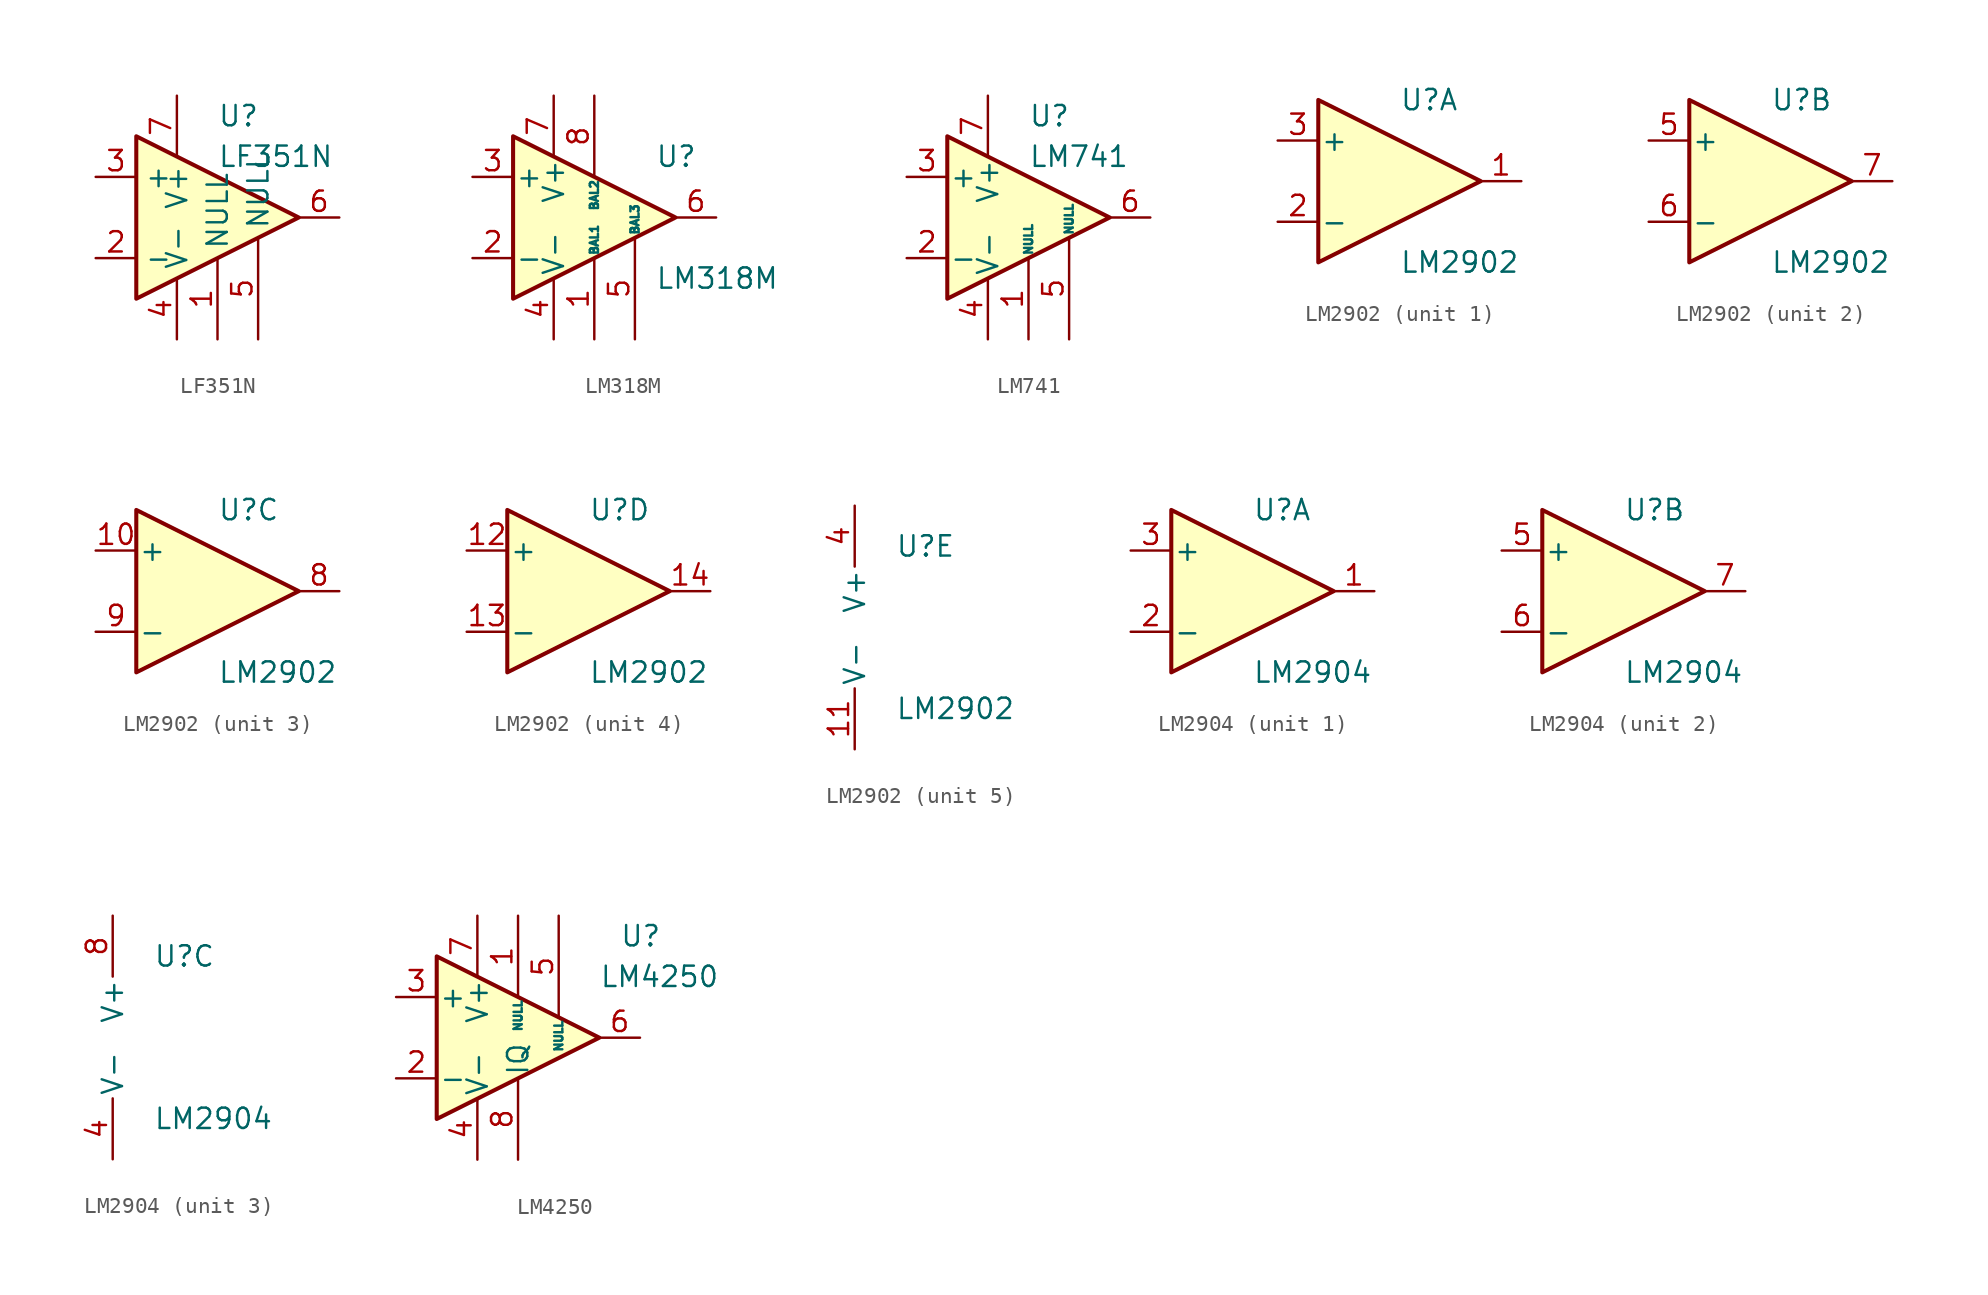
<source format=kicad_sym>
(kicad_symbol_lib
  (version 20200908)
  (generator kicad_symbol_editor)
  (symbol "Amplifier_Operational:LF351N"
    (property "Reference" "U"
      (at 0 6.35 0)
      (effects (font (size 1.27 1.27)) (justify left)))
    (property "Value" "LF351N"
      (at 0 3.81 0)
      (effects (font (size 1.27 1.27)) (justify left)))
    (symbol "LF351N_0_1"
      (polyline (pts (xy -5.08 5.08) (xy 5.08 0) (xy -5.08 -5.08) (xy -5.08 5.08)) (stroke (width 0.254)) (fill (type background))))
    (symbol "LF351N_1_1"
      (pin input line (at 0 -7.62 90) (length 5.08) (name "NULL" (effects (font (size 1.27 1.27)))) (number "1" (effects (font (size 1.27 1.27)))))
      (pin input line (at -7.62 -2.54 0) (length 2.54) (name "-" (effects (font (size 1.27 1.27)))) (number "2" (effects (font (size 1.27 1.27)))))
      (pin input line (at -7.62 2.54 0) (length 2.54) (name "+" (effects (font (size 1.27 1.27)))) (number "3" (effects (font (size 1.27 1.27)))))
      (pin power_in line (at -2.54 -7.62 90) (length 3.81) (name "V-" (effects (font (size 1.27 1.27)))) (number "4" (effects (font (size 1.27 1.27)))))
      (pin input line (at 2.54 -7.62 90) (length 6.35) (name "NULL" (effects (font (size 1.27 1.27)))) (number "5" (effects (font (size 1.27 1.27)))))
      (pin output line (at 7.62 0 180) (length 2.54) (name "~" (effects (font (size 1.27 1.27)))) (number "6" (effects (font (size 1.27 1.27)))))
      (pin power_in line (at -2.54 7.62 270) (length 3.81) (name "V+" (effects (font (size 1.27 1.27)))) (number "7" (effects (font (size 1.27 1.27)))))
      (pin unconnected line (at 0 2.54 270) (length 2.54) hide (name "NC" (effects (font (size 1.27 1.27)))) (number "8" (effects (font (size 1.27 1.27)))))))
  (symbol "Amplifier_Operational:LM318M"
    (pin_names
      (offset 0.127))
    (property "Reference" "U"
      (at 3.81 3.81 0)
      (effects (font (size 1.27 1.27)) (justify left)))
    (property "Value" "LM318M"
      (at 3.81 -3.81 0)
      (effects (font (size 1.27 1.27)) (justify left)))
    (symbol "LM318M_0_1"
      (polyline (pts (xy 5.08 0) (xy -5.08 5.08) (xy -5.08 -5.08) (xy 5.08 0)) (stroke (width 0.254)) (fill (type background))))
    (symbol "LM318M_1_1"
      (pin passive line (at 0 -7.62 90) (length 5.08) (name "BAL1" (effects (font (size 0.508 0.508)))) (number "1" (effects (font (size 1.27 1.27)))))
      (pin input line (at -7.62 -2.54 0) (length 2.54) (name "-" (effects (font (size 1.27 1.27)))) (number "2" (effects (font (size 1.27 1.27)))))
      (pin input line (at -7.62 2.54 0) (length 2.54) (name "+" (effects (font (size 1.27 1.27)))) (number "3" (effects (font (size 1.27 1.27)))))
      (pin power_in line (at -2.54 -7.62 90) (length 3.81) (name "V-" (effects (font (size 1.27 1.27)))) (number "4" (effects (font (size 1.27 1.27)))))
      (pin passive line (at 2.54 -7.62 90) (length 6.35) (name "BAL3" (effects (font (size 0.508 0.508)))) (number "5" (effects (font (size 1.27 1.27)))))
      (pin output line (at 7.62 0 180) (length 2.54) (name "~" (effects (font (size 1.27 1.27)))) (number "6" (effects (font (size 1.27 1.27)))))
      (pin power_in line (at -2.54 7.62 270) (length 3.81) (name "V+" (effects (font (size 1.27 1.27)))) (number "7" (effects (font (size 1.27 1.27)))))
      (pin passive line (at 0 7.62 270) (length 5.08) (name "BAL2" (effects (font (size 0.508 0.508)))) (number "8" (effects (font (size 1.27 1.27)))))))
  (symbol "Amplifier_Operational:LM741"
    (pin_names
      (offset 0.127))
    (property "Reference" "U"
      (at 0 6.35 0)
      (effects (font (size 1.27 1.27)) (justify left)))
    (property "Value" "LM741"
      (at 0 3.81 0)
      (effects (font (size 1.27 1.27)) (justify left)))
    (symbol "LM741_0_1"
      (polyline (pts (xy -5.08 5.08) (xy 5.08 0) (xy -5.08 -5.08) (xy -5.08 5.08)) (stroke (width 0.254)) (fill (type background))))
    (symbol "LM741_1_1"
      (pin input line (at 0 -7.62 90) (length 5.08) (name "NULL" (effects (font (size 0.508 0.508)))) (number "1" (effects (font (size 1.27 1.27)))))
      (pin input line (at -7.62 -2.54 0) (length 2.54) (name "-" (effects (font (size 1.27 1.27)))) (number "2" (effects (font (size 1.27 1.27)))))
      (pin input line (at -7.62 2.54 0) (length 2.54) (name "+" (effects (font (size 1.27 1.27)))) (number "3" (effects (font (size 1.27 1.27)))))
      (pin power_in line (at -2.54 -7.62 90) (length 3.81) (name "V-" (effects (font (size 1.27 1.27)))) (number "4" (effects (font (size 1.27 1.27)))))
      (pin input line (at 2.54 -7.62 90) (length 6.35) (name "NULL" (effects (font (size 0.508 0.508)))) (number "5" (effects (font (size 1.27 1.27)))))
      (pin output line (at 7.62 0 180) (length 2.54) (name "~" (effects (font (size 1.27 1.27)))) (number "6" (effects (font (size 1.27 1.27)))))
      (pin power_in line (at -2.54 7.62 270) (length 3.81) (name "V+" (effects (font (size 1.27 1.27)))) (number "7" (effects (font (size 1.27 1.27)))))
      (pin unconnected line (at 0 2.54 270) (length 2.54) hide (name "NC" (effects (font (size 1.27 1.27)))) (number "8" (effects (font (size 1.27 1.27)))))))
  (symbol "Amplifier_Operational:LM2902"
    (pin_names
      (offset 0.127))
    (property "Reference" "U"
      (at 0 5.08 0)
      (effects (font (size 1.27 1.27)) (justify left)))
    (property "Value" "LM2902"
      (at 0 -5.08 0)
      (effects (font (size 1.27 1.27)) (justify left)))
    (property "ki_locked" ""
      (at 0 0 0)
      (effects (font (size 1.27 1.27))))
    (symbol "LM2902_1_1"
      (polyline (pts (xy -5.08 5.08) (xy 5.08 0) (xy -5.08 -5.08) (xy -5.08 5.08)) (stroke (width 0.254)) (fill (type background)))
      (pin output line (at 7.62 0 180) (length 2.54) (name "~" (effects (font (size 1.27 1.27)))) (number "1" (effects (font (size 1.27 1.27)))))
      (pin input line (at -7.62 -2.54 0) (length 2.54) (name "-" (effects (font (size 1.27 1.27)))) (number "2" (effects (font (size 1.27 1.27)))))
      (pin input line (at -7.62 2.54 0) (length 2.54) (name "+" (effects (font (size 1.27 1.27)))) (number "3" (effects (font (size 1.27 1.27))))))
    (symbol "LM2902_2_1"
      (polyline (pts (xy -5.08 5.08) (xy 5.08 0) (xy -5.08 -5.08) (xy -5.08 5.08)) (stroke (width 0.254)) (fill (type background)))
      (pin input line (at -7.62 2.54 0) (length 2.54) (name "+" (effects (font (size 1.27 1.27)))) (number "5" (effects (font (size 1.27 1.27)))))
      (pin input line (at -7.62 -2.54 0) (length 2.54) (name "-" (effects (font (size 1.27 1.27)))) (number "6" (effects (font (size 1.27 1.27)))))
      (pin output line (at 7.62 0 180) (length 2.54) (name "~" (effects (font (size 1.27 1.27)))) (number "7" (effects (font (size 1.27 1.27))))))
    (symbol "LM2902_3_1"
      (polyline (pts (xy -5.08 5.08) (xy 5.08 0) (xy -5.08 -5.08) (xy -5.08 5.08)) (stroke (width 0.254)) (fill (type background)))
      (pin input line (at -7.62 2.54 0) (length 2.54) (name "+" (effects (font (size 1.27 1.27)))) (number "10" (effects (font (size 1.27 1.27)))))
      (pin output line (at 7.62 0 180) (length 2.54) (name "~" (effects (font (size 1.27 1.27)))) (number "8" (effects (font (size 1.27 1.27)))))
      (pin input line (at -7.62 -2.54 0) (length 2.54) (name "-" (effects (font (size 1.27 1.27)))) (number "9" (effects (font (size 1.27 1.27))))))
    (symbol "LM2902_4_1"
      (polyline (pts (xy -5.08 5.08) (xy 5.08 0) (xy -5.08 -5.08) (xy -5.08 5.08)) (stroke (width 0.254)) (fill (type background)))
      (pin input line (at -7.62 2.54 0) (length 2.54) (name "+" (effects (font (size 1.27 1.27)))) (number "12" (effects (font (size 1.27 1.27)))))
      (pin input line (at -7.62 -2.54 0) (length 2.54) (name "-" (effects (font (size 1.27 1.27)))) (number "13" (effects (font (size 1.27 1.27)))))
      (pin output line (at 7.62 0 180) (length 2.54) (name "~" (effects (font (size 1.27 1.27)))) (number "14" (effects (font (size 1.27 1.27))))))
    (symbol "LM2902_5_1"
      (pin power_in line (at -2.54 -7.62 90) (length 3.81) (name "V-" (effects (font (size 1.27 1.27)))) (number "11" (effects (font (size 1.27 1.27)))))
      (pin power_in line (at -2.54 7.62 270) (length 3.81) (name "V+" (effects (font (size 1.27 1.27)))) (number "4" (effects (font (size 1.27 1.27)))))))
  (symbol "Amplifier_Operational:LM2904"
    (pin_names
      (offset 0.127))
    (property "Reference" "U"
      (at 0 5.08 0)
      (effects (font (size 1.27 1.27)) (justify left)))
    (property "Value" "LM2904"
      (at 0 -5.08 0)
      (effects (font (size 1.27 1.27)) (justify left)))
    (property "ki_locked" ""
      (at 0 0 0)
      (effects (font (size 1.27 1.27))))
    (symbol "LM2904_1_1"
      (polyline (pts (xy -5.08 5.08) (xy 5.08 0) (xy -5.08 -5.08) (xy -5.08 5.08)) (stroke (width 0.254)) (fill (type background)))
      (pin output line (at 7.62 0 180) (length 2.54) (name "~" (effects (font (size 1.27 1.27)))) (number "1" (effects (font (size 1.27 1.27)))))
      (pin input line (at -7.62 -2.54 0) (length 2.54) (name "-" (effects (font (size 1.27 1.27)))) (number "2" (effects (font (size 1.27 1.27)))))
      (pin input line (at -7.62 2.54 0) (length 2.54) (name "+" (effects (font (size 1.27 1.27)))) (number "3" (effects (font (size 1.27 1.27))))))
    (symbol "LM2904_2_1"
      (polyline (pts (xy -5.08 5.08) (xy 5.08 0) (xy -5.08 -5.08) (xy -5.08 5.08)) (stroke (width 0.254)) (fill (type background)))
      (pin input line (at -7.62 2.54 0) (length 2.54) (name "+" (effects (font (size 1.27 1.27)))) (number "5" (effects (font (size 1.27 1.27)))))
      (pin input line (at -7.62 -2.54 0) (length 2.54) (name "-" (effects (font (size 1.27 1.27)))) (number "6" (effects (font (size 1.27 1.27)))))
      (pin output line (at 7.62 0 180) (length 2.54) (name "~" (effects (font (size 1.27 1.27)))) (number "7" (effects (font (size 1.27 1.27))))))
    (symbol "LM2904_3_1"
      (pin power_in line (at -2.54 -7.62 90) (length 3.81) (name "V-" (effects (font (size 1.27 1.27)))) (number "4" (effects (font (size 1.27 1.27)))))
      (pin power_in line (at -2.54 7.62 270) (length 3.81) (name "V+" (effects (font (size 1.27 1.27)))) (number "8" (effects (font (size 1.27 1.27)))))))
  (symbol "Amplifier_Operational:LM4250"
    (pin_names
      (offset 0.127))
    (property "Reference" "U"
      (at 6.35 6.35 0)
      (effects (font (size 1.27 1.27)) (justify left)))
    (property "Value" "LM4250"
      (at 5.08 3.81 0)
      (effects (font (size 1.27 1.27)) (justify left)))
    (symbol "LM4250_0_1"
      (polyline (pts (xy -5.08 5.08) (xy 5.08 0) (xy -5.08 -5.08) (xy -5.08 5.08)) (stroke (width 0.254)) (fill (type background))))
    (symbol "LM4250_1_1"
      (pin input line (at 0 7.62 270) (length 5.08) (name "NULL" (effects (font (size 0.508 0.508)))) (number "1" (effects (font (size 1.27 1.27)))))
      (pin input line (at -7.62 -2.54 0) (length 2.54) (name "-" (effects (font (size 1.27 1.27)))) (number "2" (effects (font (size 1.27 1.27)))))
      (pin input line (at -7.62 2.54 0) (length 2.54) (name "+" (effects (font (size 1.27 1.27)))) (number "3" (effects (font (size 1.27 1.27)))))
      (pin power_in line (at -2.54 -7.62 90) (length 3.81) (name "V-" (effects (font (size 1.27 1.27)))) (number "4" (effects (font (size 1.27 1.27)))))
      (pin input line (at 2.54 7.62 270) (length 6.35) (name "NULL" (effects (font (size 0.508 0.508)))) (number "5" (effects (font (size 1.27 1.27)))))
      (pin output line (at 7.62 0 180) (length 2.54) (name "~" (effects (font (size 1.27 1.27)))) (number "6" (effects (font (size 1.27 1.27)))))
      (pin power_in line (at -2.54 7.62 270) (length 3.81) (name "V+" (effects (font (size 1.27 1.27)))) (number "7" (effects (font (size 1.27 1.27)))))
      (pin input line (at 0 -7.62 90) (length 5.08) (name "IQ" (effects (font (size 1.27 1.27)))) (number "8" (effects (font (size 1.27 1.27))))))))
</source>
